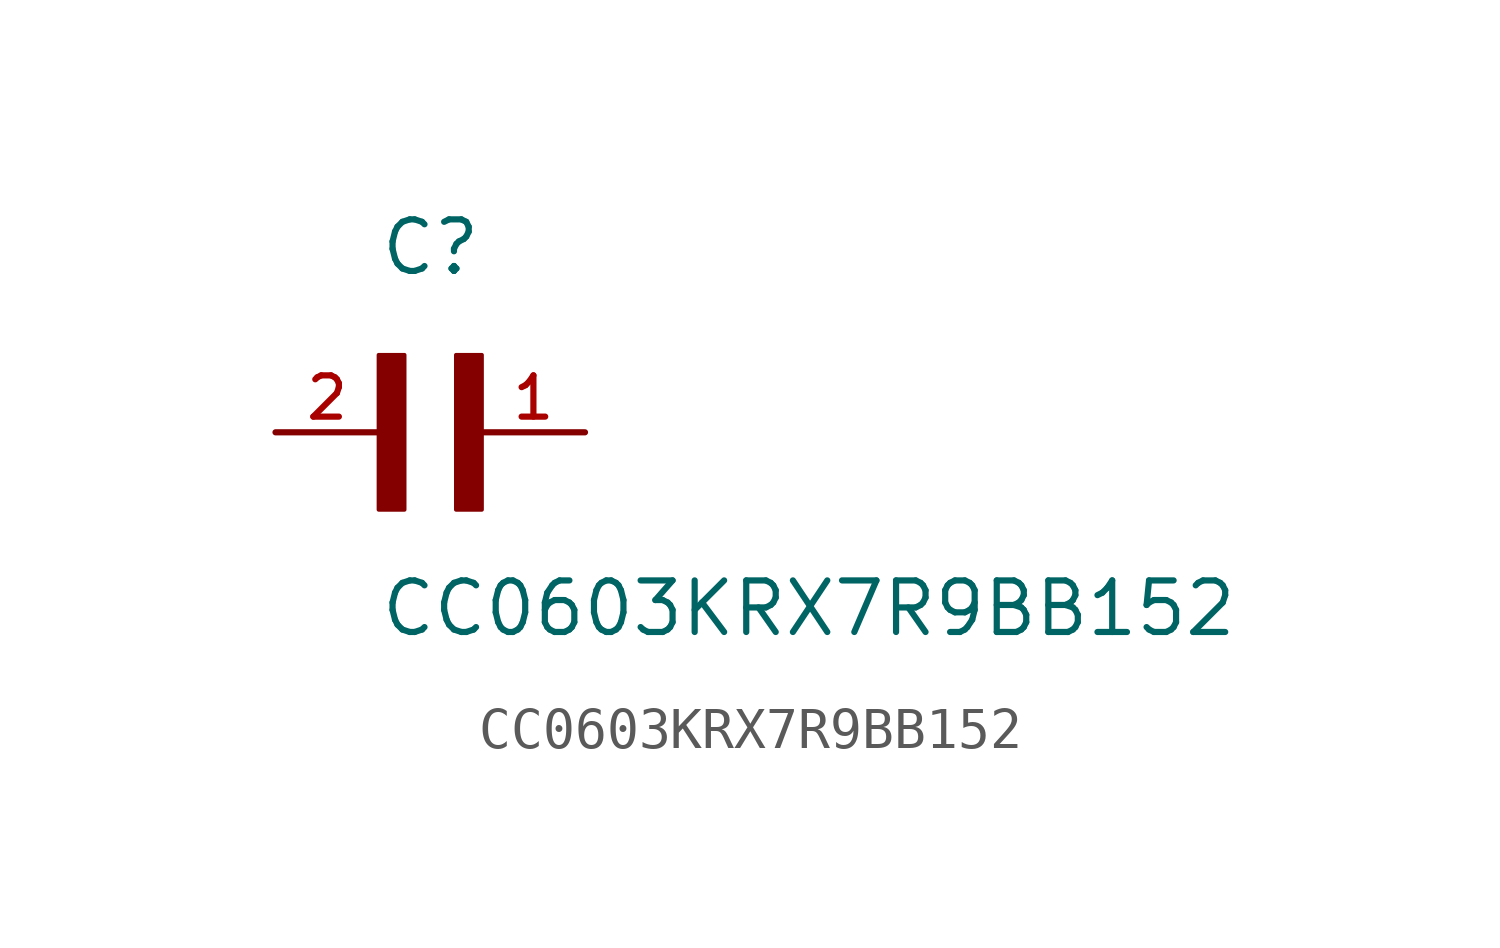
<source format=kicad_sym>
(kicad_symbol_lib
  (version 20211014)
  (generator kicad_symbol_editor)
  (symbol "CC0603KRX7R9BB152"
    (pin_names
      (offset 1.016))
    (property "Reference" "C"
      (at 0.0 3.81 0)
      (effects (font (size 1.27 1.27)) (justify bottom left)))
    (property "Value" "CC0603KRX7R9BB152"
      (at 0.0 -5.08 0)
      (effects (font (size 1.27 1.27)) (justify bottom left)))
    (symbol "CC0603KRX7R9BB152_0_0"
      (rectangle (start 0.0 -1.905) (end 0.635 1.905) (stroke (width 0.1)) (fill (type outline)))
      (rectangle (start 1.905 -1.905) (end 2.54 1.905) (stroke (width 0.1)) (fill (type outline)))
      (pin passive line (at 5.08 0.0 180.0) (length 2.54) (name "~" (effects (font (size 1.016 1.016)))) (number "1" (effects (font (size 1.016 1.016)))))
      (pin passive line (at -2.54 0.0 0) (length 2.54) (name "~" (effects (font (size 1.016 1.016)))) (number "2" (effects (font (size 1.016 1.016))))))))
</source>
